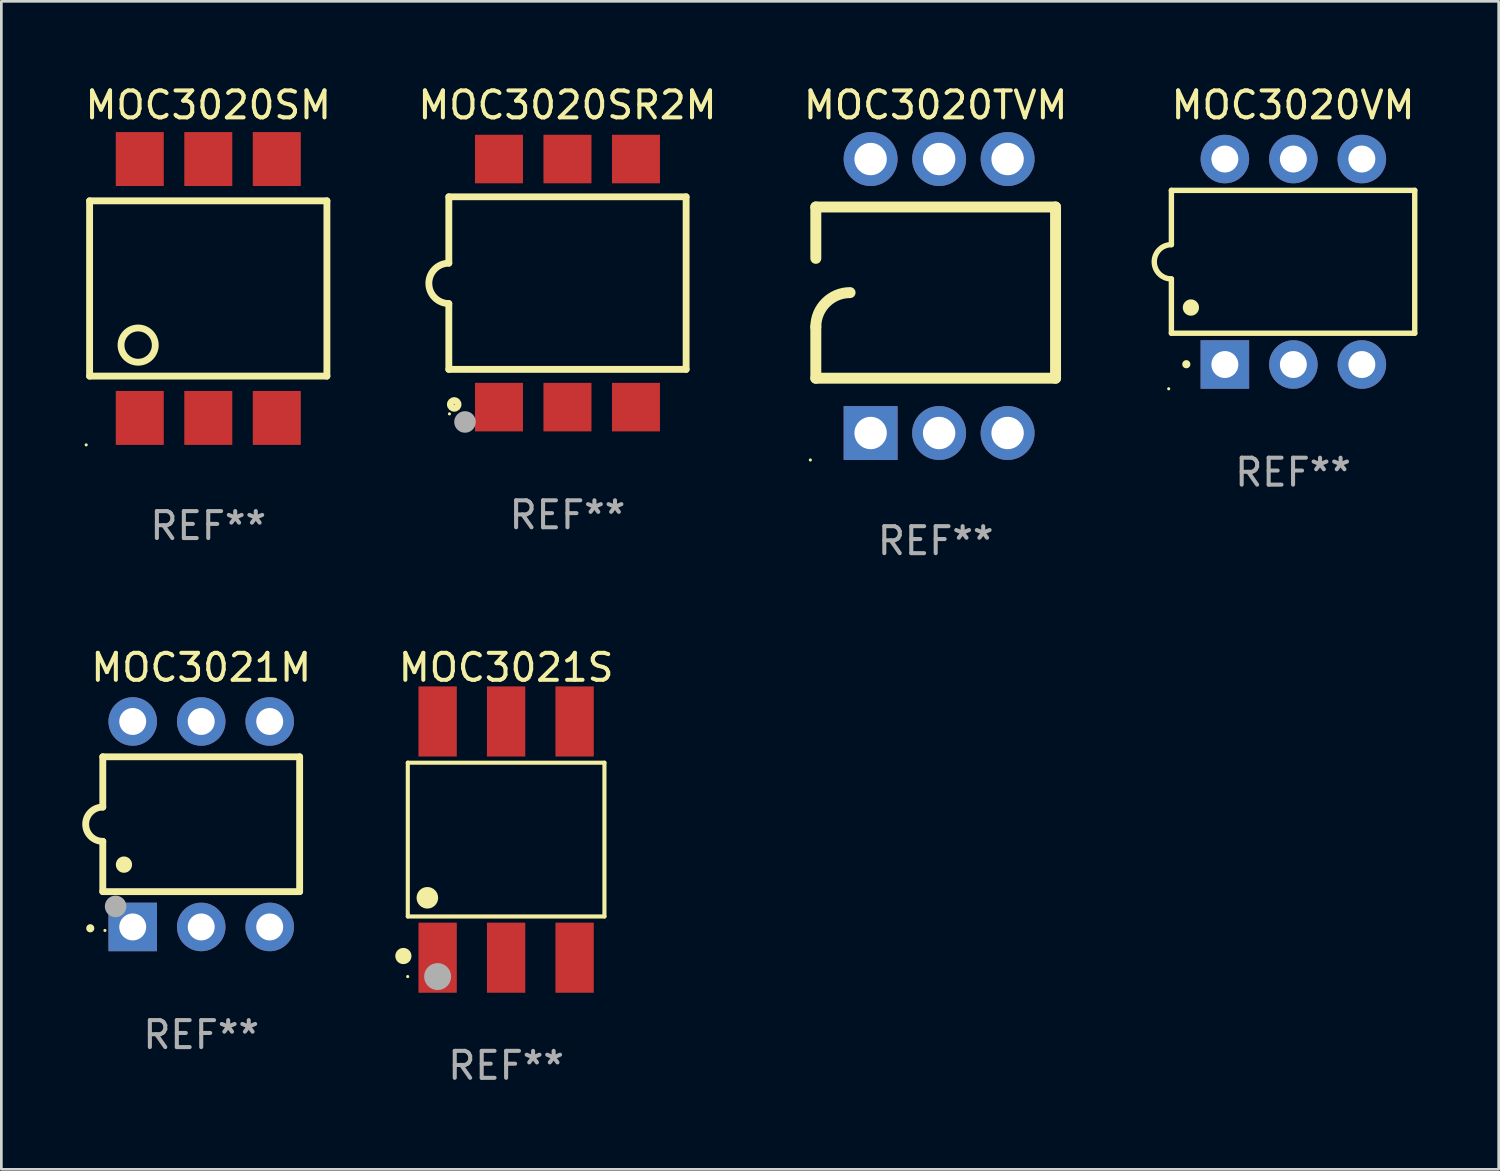
<source format=kicad_pcb>
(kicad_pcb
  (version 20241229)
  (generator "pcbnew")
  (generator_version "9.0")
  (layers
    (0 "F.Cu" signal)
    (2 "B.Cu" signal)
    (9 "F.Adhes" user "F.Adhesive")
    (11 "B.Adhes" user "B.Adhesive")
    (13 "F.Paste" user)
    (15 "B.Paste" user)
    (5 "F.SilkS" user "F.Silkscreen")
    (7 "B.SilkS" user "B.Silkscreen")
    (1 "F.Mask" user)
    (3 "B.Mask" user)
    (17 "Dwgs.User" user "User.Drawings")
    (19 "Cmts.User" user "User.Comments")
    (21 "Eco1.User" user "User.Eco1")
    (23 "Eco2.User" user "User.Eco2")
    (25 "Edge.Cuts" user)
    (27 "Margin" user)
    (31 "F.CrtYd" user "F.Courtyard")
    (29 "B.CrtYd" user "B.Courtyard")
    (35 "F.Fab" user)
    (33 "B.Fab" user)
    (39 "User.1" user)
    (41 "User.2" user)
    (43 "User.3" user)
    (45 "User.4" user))
  (footprint "MOC3020SM"
    (layer "F.Cu")
    (at 4.673 7.648)
    (property "Reference" "MOC3020SM" (at 0 -6.8 0) (layer "F.SilkS") (effects (font (size 1 1) (thickness 0.15))))
    (attr through_hole)
    (fp_line (start -4.4 -3.25) (end -4.4 3.25) (stroke (width 0.254) (type solid)) (layer "F.SilkS"))
    (fp_line (start -4.4 -3.25) (end 4.4 -3.25) (stroke (width 0.254) (type solid)) (layer "F.SilkS"))
    (fp_line (start 4.4 3.25) (end -4.4 3.25) (stroke (width 0.254) (type solid)) (layer "F.SilkS"))
    (fp_line (start 4.4 3.25) (end 4.4 -3.25) (stroke (width 0.254) (type solid)) (layer "F.SilkS"))
    (fp_circle (center -4.527 5.8) (end -4.497 5.8) (stroke (width 0.06) (type solid)) (fill no) (layer "F.SilkS"))
    (fp_circle (center -2.6 2.1) (end -1.965 2.1) (stroke (width 0.254) (type solid)) (fill no) (layer "F.SilkS"))
    (fp_text user "REF**" (at 0 8.8 0) (layer "F.Fab") (effects (font (size 1 1) (thickness 0.15))))
    (pad "1" smd rect (at -2.539 4.8) (size 1.78 2) (layers "F.Cu" "F.Mask" "F.Paste"))
    (pad "2" smd rect (at 0.001 4.8) (size 1.78 2) (layers "F.Cu" "F.Mask" "F.Paste"))
    (pad "3" smd rect (at 2.541 4.8) (size 1.78 2) (layers "F.Cu" "F.Mask" "F.Paste"))
    (pad "4" smd rect (at 2.541 -4.8) (size 1.78 2) (layers "F.Cu" "F.Mask" "F.Paste"))
    (pad "5" smd rect (at 0.001 -4.8) (size 1.78 2) (layers "F.Cu" "F.Mask" "F.Paste"))
    (pad "6" smd rect (at -2.539 -4.8) (size 1.78 2) (layers "F.Cu" "F.Mask" "F.Paste")))
  (footprint "MOC3021M"
    (layer "F.Cu")
    (at 4.412 27.515)
    (property "Reference" "MOC3021M" (at 0 -5.81 0) (layer "F.SilkS") (effects (font (size 1 1) (thickness 0.15))))
    (attr through_hole)
    (fp_line (start -3.65 -2.5) (end 3.65 -2.5) (stroke (width 0.254) (type solid)) (layer "F.SilkS"))
    (fp_line (start -3.65 -0.635) (end -3.65 -2.5) (stroke (width 0.254) (type solid)) (layer "F.SilkS"))
    (fp_line (start -3.65 0.635) (end -3.65 2.5) (stroke (width 0.254) (type solid)) (layer "F.SilkS"))
    (fp_line (start -3.65 2.5) (end 3.65 2.5) (stroke (width 0.254) (type solid)) (layer "F.SilkS"))
    (fp_line (start 3.65 -2.5) (end 3.65 2.5) (stroke (width 0.254) (type solid)) (layer "F.SilkS"))
    (fp_arc (start -4.114808 3.860808) (mid -4.114813 3.859538) (end -4.114808 3.858268) (stroke (width 0.3) (type solid)) (layer "F.SilkS"))
    (fp_arc (start -3.650013 0.635001) (mid -4.285014 0) (end -3.650013 -0.635001) (stroke (width 0.254001) (type solid)) (layer "F.SilkS"))
    (fp_arc (start -2.865405 1.501143) (mid -2.865416 1.498603) (end -2.865405 1.496063) (stroke (width 0.6) (type solid)) (layer "F.SilkS"))
    (fp_circle (center -3.57 3.94) (end -3.54 3.94) (stroke (width 0.06) (type solid)) (fill no) (layer "F.SilkS"))
    (fp_circle (center -3.175 3.048) (end -2.975 3.048) (stroke (width 0.4) (type solid)) (fill no) (layer "F.Fab"))
    (fp_text user "REF**" (at 0 7.81 0) (layer "F.Fab") (effects (font (size 1 1) (thickness 0.15))))
    (pad "1" thru_hole rect (at -2.54 3.81 90) (size 1.8 1.8) (drill 1) (layers "*.Cu" "*.Mask"))
    (pad "2" thru_hole circle (at 0 3.81) (size 1.8 1.8) (drill 1) (layers "*.Cu" "*.Mask"))
    (pad "3" thru_hole circle (at 2.54 3.81) (size 1.8 1.8) (drill 1) (layers "*.Cu" "*.Mask"))
    (pad "4" thru_hole circle (at 2.54 -3.81) (size 1.8 1.8) (drill 1) (layers "*.Cu" "*.Mask"))
    (pad "5" thru_hole circle (at 0 -3.81) (size 1.8 1.8) (drill 1) (layers "*.Cu" "*.Mask"))
    (pad "6" thru_hole circle (at -2.54 -3.81) (size 1.8 1.8) (drill 1) (layers "*.Cu" "*.Mask")))
  (footprint "MOC3020TVM"
    (layer "F.Cu")
    (at 31.649 7.928)
    (property "Reference" "MOC3020TVM" (at 0 -7.08 0) (layer "F.SilkS") (effects (font (size 1 1) (thickness 0.15))))
    (attr through_hole)
    (fp_line (start -4.445 -3.302) (end 4.445 -3.302) (stroke (width 0.406) (type solid)) (layer "F.SilkS"))
    (fp_line (start -4.445 -1.397) (end -4.445 -3.302) (stroke (width 0.406) (type solid)) (layer "F.SilkS"))
    (fp_line (start -4.445 3.048) (end -4.445 1.143) (stroke (width 0.406) (type solid)) (layer "F.SilkS"))
    (fp_line (start -4.445 3.048) (end 4.445 3.048) (stroke (width 0.406) (type solid)) (layer "F.SilkS"))
    (fp_line (start 4.445 -3.302) (end 4.445 3.048) (stroke (width 0.406) (type solid)) (layer "F.SilkS"))
    (fp_arc (start -4.444983 1.143002) (mid -4.073008 0.244974) (end -3.17498 -0.127) (stroke (width 0.4064) (type solid)) (layer "F.SilkS"))
    (fp_circle (center -4.648 6.08) (end -4.618 6.08) (stroke (width 0.06) (type solid)) (fill no) (layer "F.SilkS"))
    (fp_text user "REF**" (at 0 9.08 0) (layer "F.Fab") (effects (font (size 1 1) (thickness 0.15))))
    (pad "1" thru_hole rect (at -2.413 5.08 90) (size 2 2) (drill 1.2) (layers "*.Cu" "*.Mask"))
    (pad "2" thru_hole circle (at 0.127 5.08) (size 2 2) (drill 1.2) (layers "*.Cu" "*.Mask"))
    (pad "3" thru_hole circle (at 2.667 5.08) (size 2 2) (drill 1.2) (layers "*.Cu" "*.Mask"))
    (pad "4" thru_hole circle (at 2.667 -5.08) (size 2 2) (drill 1.2) (layers "*.Cu" "*.Mask"))
    (pad "5" thru_hole circle (at 0.127 -5.08) (size 2 2) (drill 1.2) (layers "*.Cu" "*.Mask"))
    (pad "6" thru_hole circle (at -2.413 -5.08) (size 2 2) (drill 1.2) (layers "*.Cu" "*.Mask")))
  (footprint "MOC3020VM"
    (layer "F.Cu")
    (at 44.902 6.658)
    (property "Reference" "MOC3020VM" (at 0 -5.81 0) (layer "F.SilkS") (effects (font (size 1 1) (thickness 0.15))))
    (attr through_hole)
    (fp_line (start -4.512 -2.649) (end 4.512 -2.649) (stroke (width 0.2) (type solid)) (layer "F.SilkS"))
    (fp_line (start -4.512 -0.635) (end -4.512 -2.649) (stroke (width 0.2) (type solid)) (layer "F.SilkS"))
    (fp_line (start -4.512 2.649) (end -4.512 0.635) (stroke (width 0.2) (type solid)) (layer "F.SilkS"))
    (fp_line (start 4.512 -2.649) (end 4.512 2.649) (stroke (width 0.2) (type solid)) (layer "F.SilkS"))
    (fp_line (start 4.512 2.649) (end -4.512 2.649) (stroke (width 0.2) (type solid)) (layer "F.SilkS"))
    (fp_arc (start -4.512319 0.635001) (mid -5.14732 0) (end -4.512319 -0.635001) (stroke (width 0.2) (type solid)) (layer "F.SilkS"))
    (fp_arc (start -3.958598 3.799848) (mid -3.958603 3.798578) (end -3.958598 3.797308) (stroke (width 0.3) (type solid)) (layer "F.SilkS"))
    (fp_arc (start -3.788418 1.699263) (mid -3.788429 1.696723) (end -3.788418 1.694183) (stroke (width 0.6) (type solid)) (layer "F.SilkS"))
    (fp_circle (center -4.612 4.71) (end -4.582 4.71) (stroke (width 0.06) (type solid)) (fill no) (layer "F.SilkS"))
    (fp_text user "REF**" (at 0 7.81 0) (layer "F.Fab") (effects (font (size 1 1) (thickness 0.15))))
    (pad "1" thru_hole rect (at -2.529 3.81 90) (size 1.8 1.8) (drill 1) (layers "*.Cu" "*.Mask"))
    (pad "2" thru_hole circle (at 0.011 3.81) (size 1.8 1.8) (drill 1) (layers "*.Cu" "*.Mask"))
    (pad "3" thru_hole circle (at 2.551 3.81) (size 1.8 1.8) (drill 1) (layers "*.Cu" "*.Mask"))
    (pad "4" thru_hole circle (at 2.551 -3.81) (size 1.8 1.8) (drill 1) (layers "*.Cu" "*.Mask"))
    (pad "5" thru_hole circle (at 0.011 -3.81) (size 1.8 1.8) (drill 1) (layers "*.Cu" "*.Mask"))
    (pad "6" thru_hole circle (at -2.529 -3.81) (size 1.8 1.8) (drill 1) (layers "*.Cu" "*.Mask")))
  (footprint "MOC3021S"
    (layer "F.Cu")
    (at 15.719 28.085)
    (property "Reference" "MOC3021S" (at 0 -6.38 0) (layer "F.SilkS") (effects (font (size 1 1) (thickness 0.15))))
    (attr through_hole)
    (fp_line (start -3.646 -2.851) (end 3.646 -2.851) (stroke (width 0.152) (type solid)) (layer "F.SilkS"))
    (fp_line (start -3.646 2.851) (end -3.646 -2.851) (stroke (width 0.152) (type solid)) (layer "F.SilkS"))
    (fp_line (start 3.646 -2.851) (end 3.646 2.851) (stroke (width 0.152) (type solid)) (layer "F.SilkS"))
    (fp_line (start 3.646 2.851) (end -3.646 2.851) (stroke (width 0.152) (type solid)) (layer "F.SilkS"))
    (fp_circle (center -3.81 4.318) (end -3.66 4.318) (stroke (width 0.3) (type solid)) (fill no) (layer "F.SilkS"))
    (fp_circle (center -3.65 5.08) (end -3.62 5.08) (stroke (width 0.06) (type solid)) (fill no) (layer "F.SilkS"))
    (fp_circle (center -2.921 2.159) (end -2.721 2.159) (stroke (width 0.4) (type solid)) (fill no) (layer "F.SilkS"))
    (fp_circle (center -2.54 5.08) (end -2.29 5.08) (stroke (width 0.5) (type solid)) (fill no) (layer "F.Fab"))
    (fp_text user "REF**" (at 0 8.38 0) (layer "F.Fab") (effects (font (size 1 1) (thickness 0.15))))
    (pad "1" smd rect (at -2.54 4.38) (size 1.422 2.6) (layers "F.Cu" "F.Mask" "F.Paste"))
    (pad "2" smd rect (at 0 4.38) (size 1.422 2.6) (layers "F.Cu" "F.Mask" "F.Paste"))
    (pad "3" smd rect (at 2.54 4.38) (size 1.422 2.6) (layers "F.Cu" "F.Mask" "F.Paste"))
    (pad "4" smd rect (at 2.54 -4.38) (size 1.422 2.6) (layers "F.Cu" "F.Mask" "F.Paste"))
    (pad "5" smd rect (at 0 -4.38) (size 1.422 2.6) (layers "F.Cu" "F.Mask" "F.Paste"))
    (pad "6" smd rect (at -2.54 -4.38) (size 1.422 2.6) (layers "F.Cu" "F.Mask" "F.Paste")))
  (footprint "MOC3020SR2M"
    (layer "F.Cu")
    (at 17.994 7.448)
    (property "Reference" "MOC3020SR2M" (at 0 -6.6 0) (layer "F.SilkS") (effects (font (size 1 1) (thickness 0.15))))
    (attr through_hole)
    (fp_line (start -4.4 -3.2) (end 4.4 -3.2) (stroke (width 0.254) (type solid)) (layer "F.SilkS"))
    (fp_line (start -4.4 -0.74) (end -4.4 -3.2) (stroke (width 0.254) (type solid)) (layer "F.SilkS"))
    (fp_line (start -4.4 3.2) (end -4.4 0.76) (stroke (width 0.254) (type solid)) (layer "F.SilkS"))
    (fp_line (start 4.4 -3.2) (end 4.4 3.2) (stroke (width 0.254) (type solid)) (layer "F.SilkS"))
    (fp_line (start 4.4 3.2) (end -4.4 3.2) (stroke (width 0.254) (type solid)) (layer "F.SilkS"))
    (fp_arc (start -4.4 0.76002) (mid -5.148869 0.010084) (end -4.399289 -0.73914) (stroke (width 0.254001) (type solid)) (layer "F.SilkS"))
    (fp_circle (center -4.377 4.85) (end -4.347 4.85) (stroke (width 0.06) (type solid)) (fill no) (layer "F.SilkS"))
    (fp_circle (center -4.2 4.5) (end -4.058 4.5) (stroke (width 0.254) (type solid)) (fill no) (layer "F.SilkS"))
    (fp_circle (center -3.8 5.15) (end -3.6 5.15) (stroke (width 0.4) (type solid)) (fill no) (layer "F.Fab"))
    (fp_text user "REF**" (at 0 8.6 0) (layer "F.Fab") (effects (font (size 1 1) (thickness 0.15))))
    (pad "1" smd rect (at -2.54 4.6) (size 1.78 1.8) (layers "F.Cu" "F.Mask" "F.Paste"))
    (pad "2" smd rect (at 0 4.6) (size 1.78 1.8) (layers "F.Cu" "F.Mask" "F.Paste"))
    (pad "3" smd rect (at 2.54 4.6) (size 1.78 1.8) (layers "F.Cu" "F.Mask" "F.Paste"))
    (pad "4" smd rect (at 2.54 -4.6) (size 1.78 1.8) (layers "F.Cu" "F.Mask" "F.Paste"))
    (pad "5" smd rect (at 0 -4.6) (size 1.78 1.8) (layers "F.Cu" "F.Mask" "F.Paste"))
    (pad "6" smd rect (at -2.54 -4.6) (size 1.78 1.8) (layers "F.Cu" "F.Mask" "F.Paste")))
  (gr_rect
    (start -3 -3)
    (end 52.527 40.313)
    (stroke (width 0.1) (type default))
    (fill no)
    (layer "Edge.Cuts")))
</source>
